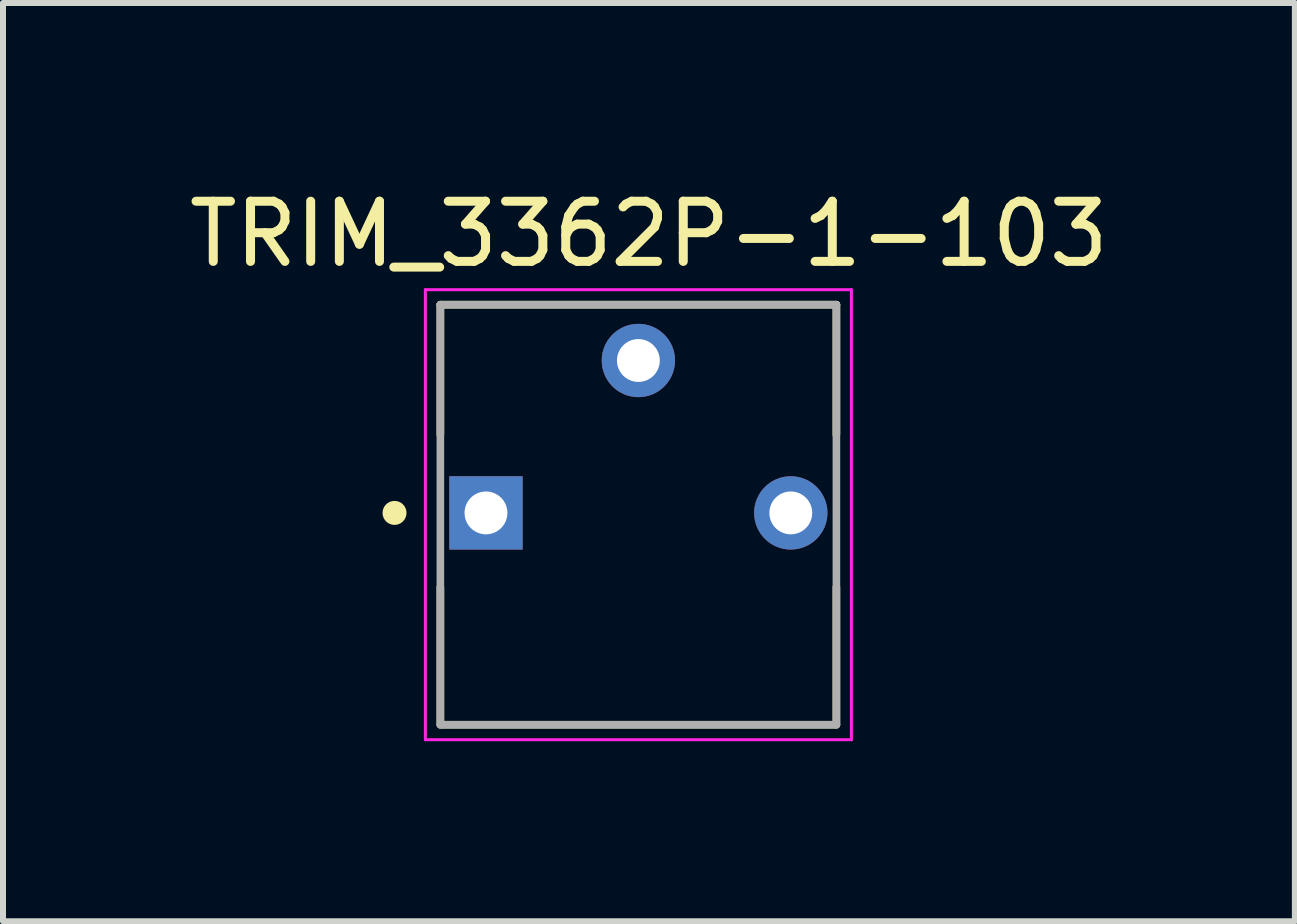
<source format=kicad_pcb>
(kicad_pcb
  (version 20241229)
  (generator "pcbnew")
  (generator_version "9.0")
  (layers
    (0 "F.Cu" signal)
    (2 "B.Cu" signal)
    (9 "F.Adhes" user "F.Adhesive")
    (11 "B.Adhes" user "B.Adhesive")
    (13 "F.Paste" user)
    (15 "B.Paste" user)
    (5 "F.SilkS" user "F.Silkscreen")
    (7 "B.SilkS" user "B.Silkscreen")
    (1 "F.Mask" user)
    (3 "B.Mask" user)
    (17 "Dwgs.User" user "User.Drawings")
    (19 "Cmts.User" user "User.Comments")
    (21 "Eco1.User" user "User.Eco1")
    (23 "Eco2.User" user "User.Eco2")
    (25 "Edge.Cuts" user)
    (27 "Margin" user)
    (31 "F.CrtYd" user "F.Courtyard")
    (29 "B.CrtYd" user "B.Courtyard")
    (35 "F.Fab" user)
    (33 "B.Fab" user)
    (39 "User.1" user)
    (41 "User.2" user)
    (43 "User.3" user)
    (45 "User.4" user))
  (footprint "TRIM_3362P-1-103"
    (layer "F.Cu")
    (at 7.589 5.498)
    (property "Reference" "TRIM_3362P-1-103" (at 0.175 -4.648 0) (layer "F.SilkS") (effects (font (size 1.003 1.003) (thickness 0.15))))
    (attr through_hole)
    (fp_line (start -3.3 -3.47) (end 3.3 -3.47) (stroke (width 0.127) (type solid)) (layer "F.SilkS"))
    (fp_line (start -3.3 -1.305) (end -3.3 -3.47) (stroke (width 0.127) (type solid)) (layer "F.SilkS"))
    (fp_line (start -3.3 3.52) (end -3.3 1.235) (stroke (width 0.127) (type solid)) (layer "F.SilkS"))
    (fp_line (start 3.3 -3.47) (end 3.3 -1.305) (stroke (width 0.127) (type solid)) (layer "F.SilkS"))
    (fp_line (start 3.3 1.235) (end 3.3 3.52) (stroke (width 0.127) (type solid)) (layer "F.SilkS"))
    (fp_line (start 3.3 3.53) (end -3.3 3.53) (stroke (width 0.127) (type solid)) (layer "F.SilkS"))
    (fp_circle (center -4.064 0) (end -3.964 0) (stroke (width 0.2) (type solid)) (fill no) (layer "F.SilkS"))
    (fp_line (start -3.55 -3.72) (end 3.55 -3.72) (stroke (width 0.05) (type solid)) (layer "F.CrtYd"))
    (fp_line (start -3.55 3.78) (end -3.55 -3.72) (stroke (width 0.05) (type solid)) (layer "F.CrtYd"))
    (fp_line (start 3.55 -3.72) (end 3.55 3.78) (stroke (width 0.05) (type solid)) (layer "F.CrtYd"))
    (fp_line (start 3.55 3.78) (end -3.55 3.78) (stroke (width 0.05) (type solid)) (layer "F.CrtYd"))
    (fp_line (start -3.3 -3.47) (end 3.3 -3.47) (stroke (width 0.127) (type solid)) (layer "F.Fab"))
    (fp_line (start -3.3 3.53) (end -3.3 -3.47) (stroke (width 0.127) (type solid)) (layer "F.Fab"))
    (fp_line (start 3.3 -3.47) (end 3.3 3.53) (stroke (width 0.127) (type solid)) (layer "F.Fab"))
    (fp_line (start 3.3 3.53) (end -3.3 3.53) (stroke (width 0.127) (type solid)) (layer "F.Fab"))
    (pad "1" thru_hole rect (at -2.54 0) (size 1.222 1.222) (drill 0.714) (layers "*.Cu" "*.Mask"))
    (pad "2" thru_hole circle (at 0 -2.54) (size 1.222 1.222) (drill 0.714) (layers "*.Cu" "*.Mask"))
    (pad "3" thru_hole circle (at 2.54 0) (size 1.222 1.222) (drill 0.714) (layers "*.Cu" "*.Mask")))
  (gr_rect
    (start -3 -3)
    (end 18.53 12.303)
    (stroke (width 0.1) (type default))
    (fill no)
    (layer "Edge.Cuts")))
</source>
